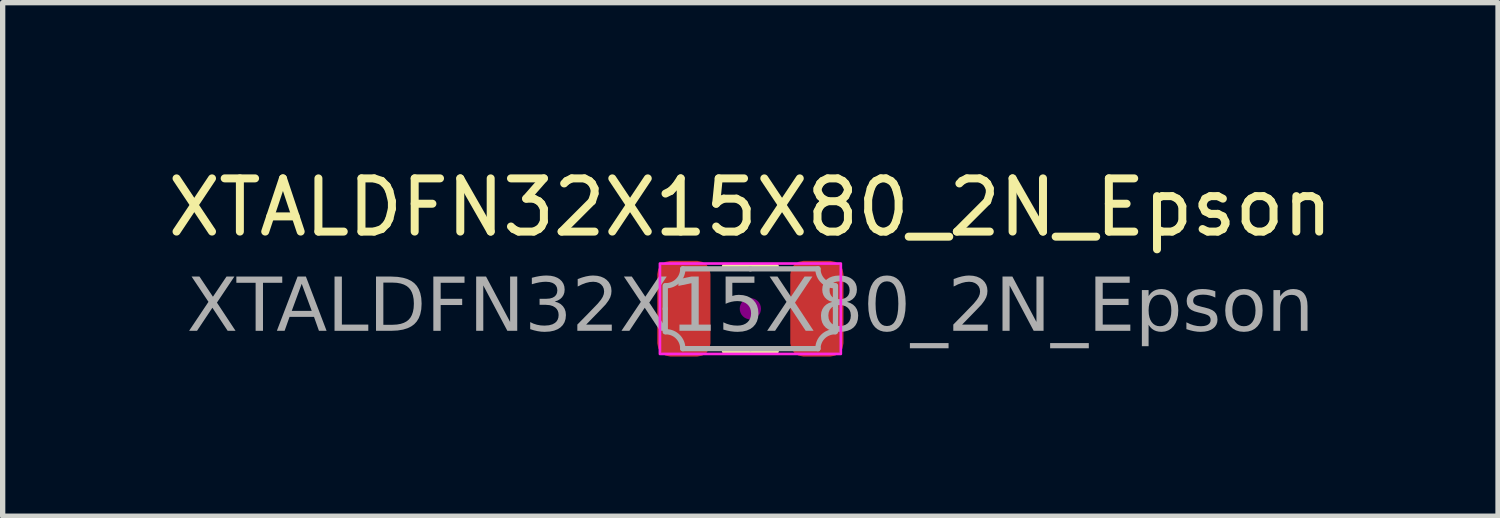
<source format=kicad_pcb>
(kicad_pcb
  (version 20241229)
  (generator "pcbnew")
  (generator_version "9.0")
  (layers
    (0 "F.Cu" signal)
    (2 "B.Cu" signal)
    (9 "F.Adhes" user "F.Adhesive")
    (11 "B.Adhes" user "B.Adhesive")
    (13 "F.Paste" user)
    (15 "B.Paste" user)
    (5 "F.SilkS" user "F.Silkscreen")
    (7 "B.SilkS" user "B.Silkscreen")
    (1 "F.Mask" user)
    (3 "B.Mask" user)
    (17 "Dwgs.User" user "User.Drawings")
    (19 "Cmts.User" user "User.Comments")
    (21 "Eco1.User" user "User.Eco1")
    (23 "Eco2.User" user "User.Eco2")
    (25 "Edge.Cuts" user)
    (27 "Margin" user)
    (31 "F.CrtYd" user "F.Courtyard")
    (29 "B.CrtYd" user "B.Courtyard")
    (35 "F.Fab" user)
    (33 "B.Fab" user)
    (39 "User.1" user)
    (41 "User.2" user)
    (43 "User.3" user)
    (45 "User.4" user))
  (footprint "XTALDFN32X15X80_2N_Epson"
    (layer "F.Cu")
    (at 11.054 2.753)
    (property "Reference" "XTALDFN32X15X80_2N_Epson" (at 0 -1.905 0) (layer "F.SilkS") (effects (font (size 1 1) (thickness 0.15))))
    (attr smd)
    (fp_line (start 0 -0.794) (end -0.476 -0.794) (stroke (width 0.12) (type solid)) (layer "F.SilkS"))
    (fp_line (start 0 -0.794) (end 0.476 -0.794) (stroke (width 0.12) (type solid)) (layer "F.SilkS"))
    (fp_line (start 0 0.794) (end -0.476 0.794) (stroke (width 0.12) (type solid)) (layer "F.SilkS"))
    (fp_line (start 0 0.794) (end 0.476 0.794) (stroke (width 0.12) (type solid)) (layer "F.SilkS"))
    (fp_circle (center 0 0) (end 0.2 0) (stroke (width 0) (type solid)) (fill yes) (layer "F.Adhes"))
    (fp_rect (start -1.7 -0.85) (end 1.7 0.85) (stroke (width 0.05) (type default)) (fill no) (layer "F.CrtYd"))
    (fp_line (start -1.6 -0.432) (end -1.6 0) (stroke (width 0.1) (type solid)) (layer "F.Fab"))
    (fp_line (start -1.6 0.432) (end -1.6 0) (stroke (width 0.1) (type solid)) (layer "F.Fab"))
    (fp_line (start -1.27 -0.75) (end 0 -0.75) (stroke (width 0.1) (type solid)) (layer "F.Fab"))
    (fp_line (start -1.27 0.75) (end 0 0.75) (stroke (width 0.1) (type solid)) (layer "F.Fab"))
    (fp_line (start 1.27 -0.75) (end 0 -0.75) (stroke (width 0.1) (type solid)) (layer "F.Fab"))
    (fp_line (start 1.27 0.75) (end 0 0.75) (stroke (width 0.1) (type solid)) (layer "F.Fab"))
    (fp_line (start 1.6 -0.432) (end 1.6 0) (stroke (width 0.1) (type solid)) (layer "F.Fab"))
    (fp_line (start 1.6 0.432) (end 1.6 0) (stroke (width 0.1) (type solid)) (layer "F.Fab"))
    (fp_arc (start -1.5875 0.4325) (mid -1.362994 0.525494) (end -1.27 0.75) (stroke (width 0.1) (type default)) (layer "F.Fab"))
    (fp_arc (start -1.27 -0.75) (mid -1.362994 -0.525494) (end -1.5875 -0.4325) (stroke (width 0.1) (type default)) (layer "F.Fab"))
    (fp_arc (start 1.27 0.75) (mid 1.362994 0.525494) (end 1.5875 0.4325) (stroke (width 0.1) (type default)) (layer "F.Fab"))
    (fp_arc (start 1.5875 -0.4325) (mid 1.362994 -0.525494) (end 1.27 -0.75) (stroke (width 0.1) (type default)) (layer "F.Fab"))
    (fp_text user "${REFERENCE}" (at 0 0 0) (layer "F.Fab") (effects (font (face "Tahoma") (size 1 1) (thickness 0.15))))
    (pad "1" smd roundrect (at -1.25 0) (size 1 1.8) (layers "F.Cu" "F.Mask" "F.Paste") (roundrect_rratio 0.25))
    (pad "2" smd roundrect (at 1.25 0) (size 1 1.8) (layers "F.Cu" "F.Mask" "F.Paste") (roundrect_rratio 0.25)))
  (gr_rect
    (start -3 -3)
    (end 25.107 6.653)
    (stroke (width 0.1) (type default))
    (fill no)
    (layer "Edge.Cuts")))
</source>
